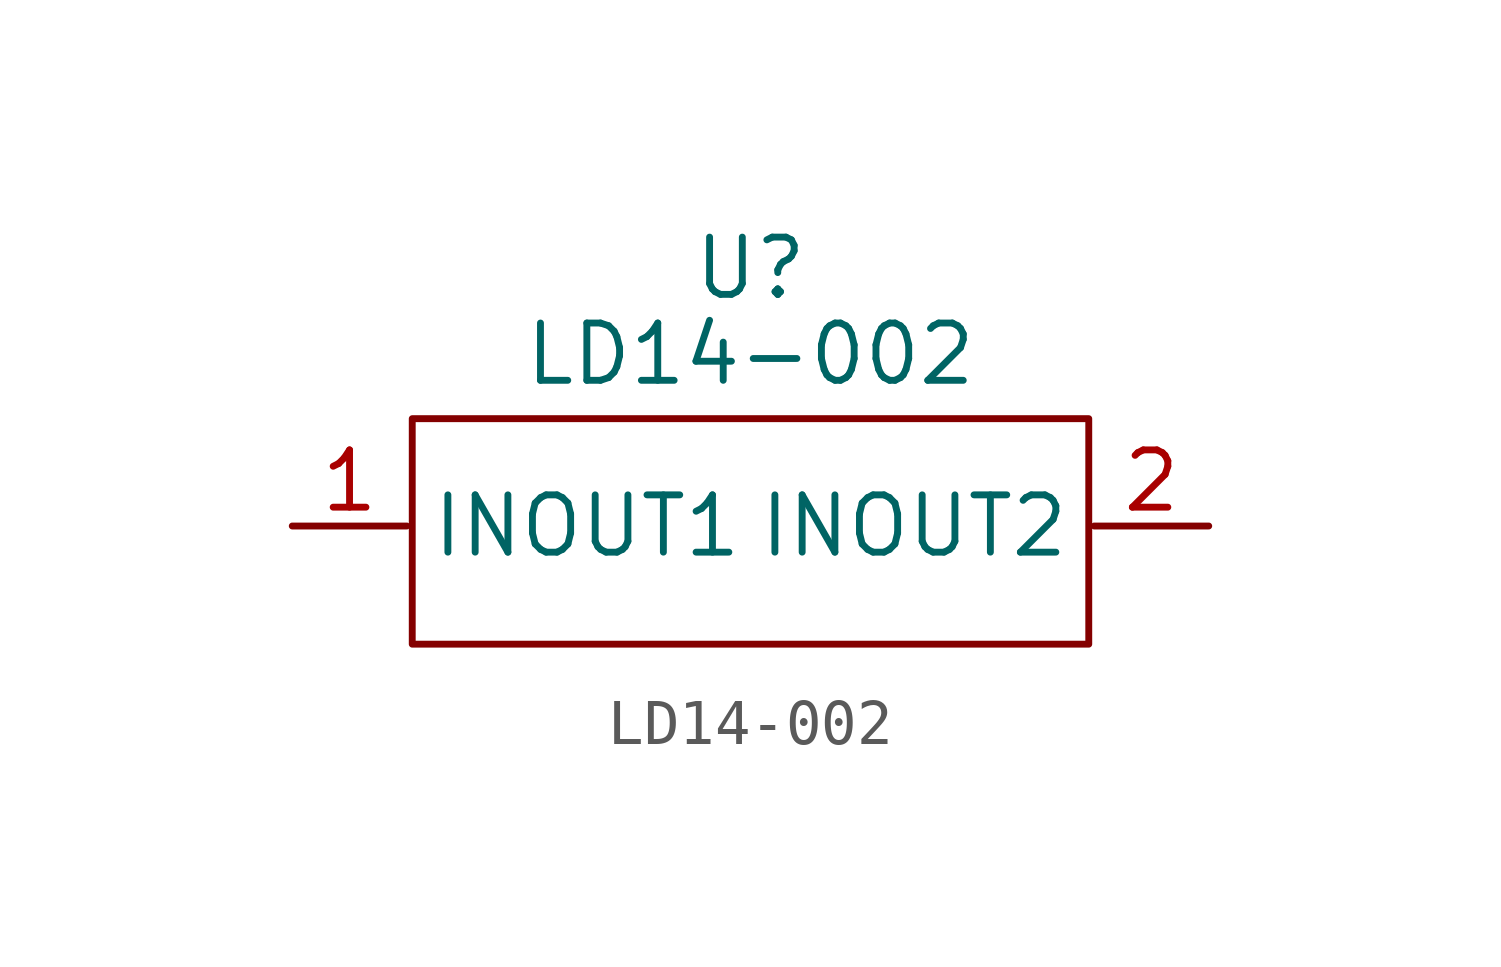
<source format=kicad_sym>
(kicad_symbol_lib
  (version 20231120)
  (generator "kicad_symbol_editor")
  (generator_version "8.0")
  (symbol "LD14-002"
    (property "Reference" "U"
      (at 0 5.715 0)
      (effects (font (size 1.27 1.27))))
    (property "Value" "LD14-002"
      (at 0 3.81 0)
      (effects (font (size 1.27 1.27))))
    (symbol "LD14-002_1_1"
      (polyline (pts (xy -7.5 2.38) (xy 7.5 2.38) (xy 7.5 -2.62) (xy -7.5 -2.62) (xy -7.5 2.38)) (stroke (width 0) (type default)) (fill (type none)))
      (pin bidirectional line (at -10.16 0 0) (length 2.54) (name "INOUT1" (effects (font (size 1.27 1.27)))) (number "1" (effects (font (size 1.27 1.27)))))
      (pin bidirectional line (at 10.16 0 180) (length 2.54) (name "INOUT2" (effects (font (size 1.27 1.27)))) (number "2" (effects (font (size 1.27 1.27))))))))
</source>
